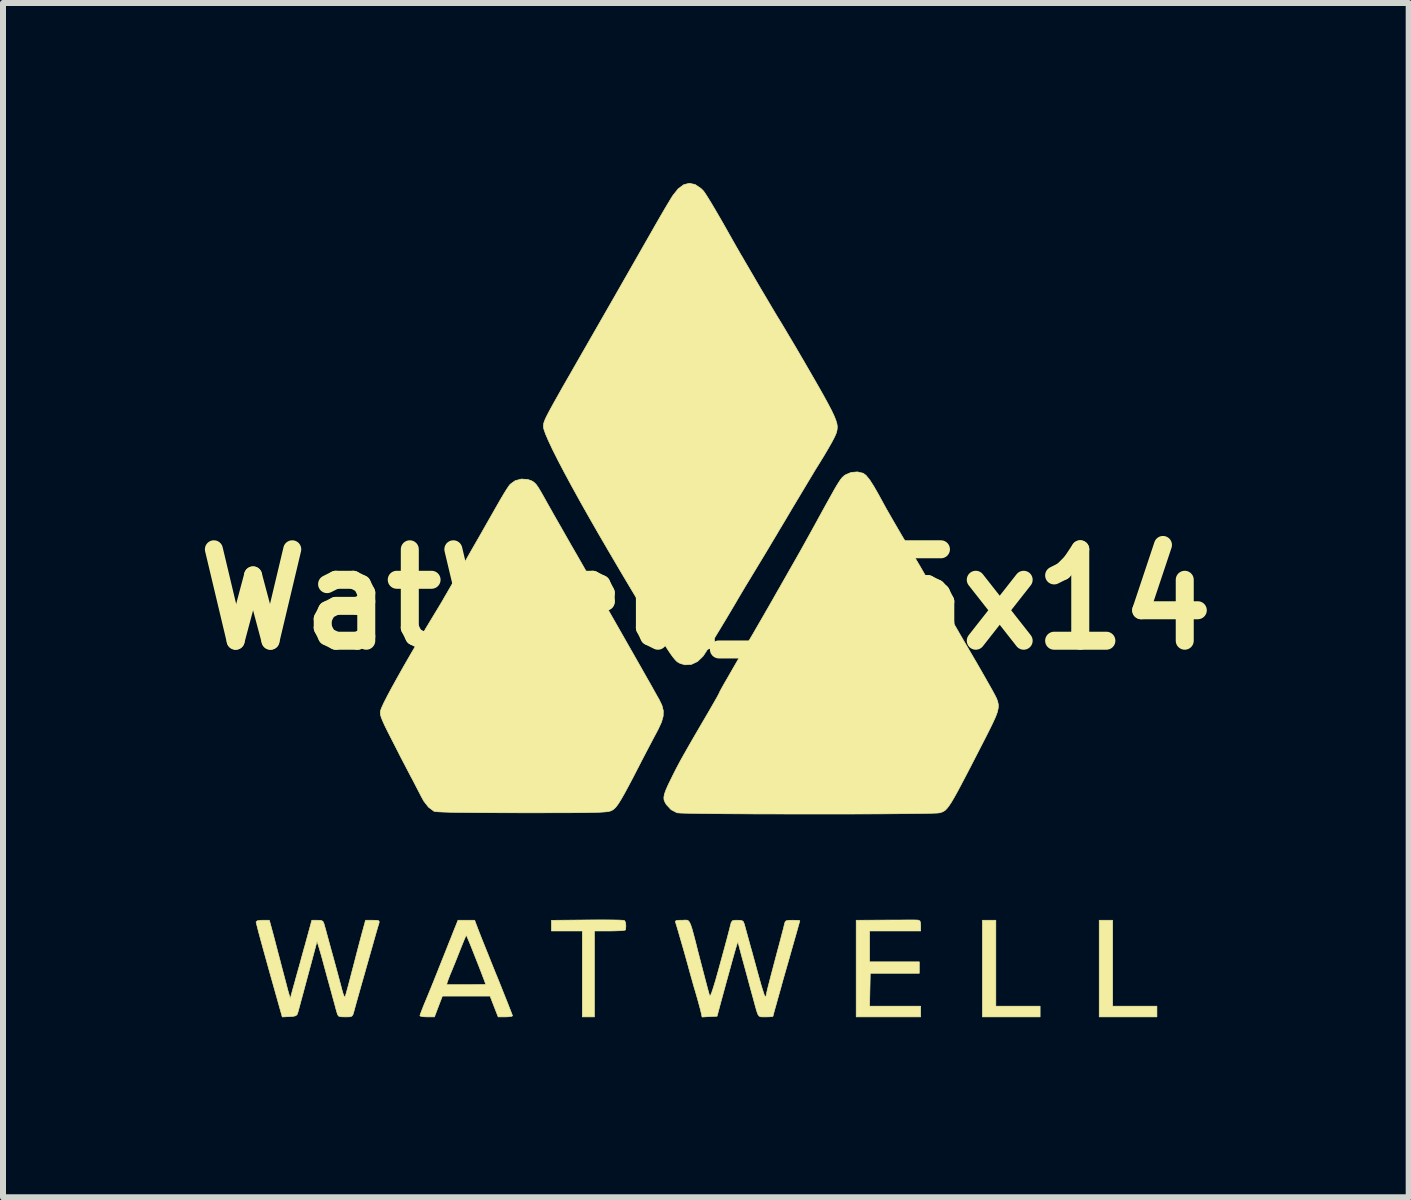
<source format=kicad_pcb>
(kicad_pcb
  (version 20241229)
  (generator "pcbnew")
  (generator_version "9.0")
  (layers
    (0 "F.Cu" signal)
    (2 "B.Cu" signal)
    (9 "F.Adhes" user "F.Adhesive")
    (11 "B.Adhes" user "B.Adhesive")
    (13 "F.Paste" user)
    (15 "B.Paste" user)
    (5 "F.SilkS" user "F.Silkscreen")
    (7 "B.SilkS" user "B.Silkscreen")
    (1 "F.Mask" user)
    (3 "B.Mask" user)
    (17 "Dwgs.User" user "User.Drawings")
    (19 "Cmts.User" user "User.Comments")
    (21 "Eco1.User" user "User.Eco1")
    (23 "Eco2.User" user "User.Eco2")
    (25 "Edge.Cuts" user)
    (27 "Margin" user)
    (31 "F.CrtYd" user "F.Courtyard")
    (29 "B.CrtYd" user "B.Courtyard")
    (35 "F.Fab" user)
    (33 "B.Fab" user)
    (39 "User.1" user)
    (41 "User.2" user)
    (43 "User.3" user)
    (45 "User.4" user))
  (footprint "WatWell_15x14"
    (layer "F.Cu")
    (at 8.716 6.941)
    (property "Reference" "WatWell_15x14" (at 0 0 0) (layer "F.SilkS") (effects (font (size 1.524 1.524) (thickness 0.3))))
    (attr through_hole)
    (fp_poly (pts (xy 4.834 6.781) (xy 5.572 6.781) (xy 5.572 6.96) (xy 4.61 6.96) (xy 4.61 5.349) (xy 4.834 5.349) (xy 4.834 6.781)) (stroke (width 0.01) (type solid)) (fill yes) (layer "F.SilkS"))
    (fp_poly (pts (xy 6.781 6.781) (xy 7.519 6.781) (xy 7.519 6.96) (xy 6.557 6.96) (xy 6.557 5.349) (xy 6.781 5.349) (xy 6.781 6.781)) (stroke (width 0.01) (type solid)) (fill yes) (layer "F.SilkS"))
    (fp_poly (pts (xy -1.674 5.343) (xy -1.549 5.344) (xy -1.45 5.346) (xy -1.384 5.349) (xy -1.357 5.353) (xy -1.338 5.386) (xy -1.333 5.449) (xy -1.34 5.511) (xy -1.362 5.517) (xy -1.42 5.523) (xy -1.505 5.526) (xy -1.6 5.528) (xy -1.857 5.528) (xy -1.857 6.96) (xy -2.059 6.96) (xy -2.059 5.528) (xy -2.574 5.528) (xy -2.574 5.35) (xy -1.979 5.344) (xy -1.819 5.343) (xy -1.674 5.343)) (stroke (width 0.01) (type solid)) (fill yes) (layer "F.SilkS"))
    (fp_poly (pts (xy 3.535 5.346) (xy 3.568 5.359) (xy 3.579 5.394) (xy 3.581 5.438) (xy 3.581 5.528) (xy 2.73 5.528) (xy 2.73 6.042) (xy 3.558 6.042) (xy 3.558 6.233) (xy 2.741 6.233) (xy 2.735 6.507) (xy 2.729 6.781) (xy 3.581 6.781) (xy 3.581 6.96) (xy 2.506 6.96) (xy 2.506 5.349) (xy 2.965 5.346) (xy 3.107 5.345) (xy 3.235 5.345) (xy 3.342 5.344) (xy 3.421 5.344) (xy 3.465 5.344) (xy 3.469 5.344) (xy 3.535 5.346)) (stroke (width 0.01) (type solid)) (fill yes) (layer "F.SilkS"))
    (fp_poly (pts (xy -3.797 5.5) (xy -3.774 5.559) (xy -3.737 5.653) (xy -3.688 5.775) (xy -3.63 5.919) (xy -3.567 6.077) (xy -3.5 6.243) (xy -3.481 6.288) (xy -3.417 6.447) (xy -3.359 6.593) (xy -3.308 6.72) (xy -3.268 6.823) (xy -3.239 6.897) (xy -3.224 6.937) (xy -3.223 6.943) (xy -3.243 6.952) (xy -3.295 6.958) (xy -3.342 6.96) (xy -3.462 6.96) (xy -3.53 6.786) (xy -3.597 6.613) (xy -4.392 6.613) (xy -4.458 6.786) (xy -4.524 6.96) (xy -4.646 6.96) (xy -4.712 6.957) (xy -4.756 6.948) (xy -4.767 6.94) (xy -4.758 6.912) (xy -4.736 6.853) (xy -4.704 6.771) (xy -4.674 6.699) (xy -4.631 6.595) (xy -4.577 6.464) (xy -4.56 6.423) (xy -4.322 6.423) (xy -3.996 6.423) (xy -3.881 6.422) (xy -3.784 6.421) (xy -3.712 6.42) (xy -3.674 6.418) (xy -3.67 6.417) (xy -3.678 6.392) (xy -3.7 6.333) (xy -3.732 6.249) (xy -3.771 6.147) (xy -3.815 6.036) (xy -3.86 5.922) (xy -3.902 5.815) (xy -3.94 5.721) (xy -3.97 5.65) (xy -3.988 5.608) (xy -3.992 5.601) (xy -4.003 5.617) (xy -4.025 5.667) (xy -4.056 5.743) (xy -4.084 5.813) (xy -4.128 5.924) (xy -4.174 6.04) (xy -4.215 6.14) (xy -4.23 6.177) (xy -4.264 6.258) (xy -4.291 6.328) (xy -4.307 6.372) (xy -4.322 6.423) (xy -4.56 6.423) (xy -4.52 6.322) (xy -4.464 6.183) (xy -4.453 6.154) (xy -4.398 6.016) (xy -4.339 5.869) (xy -4.283 5.727) (xy -4.235 5.608) (xy -4.228 5.589) (xy -4.132 5.349) (xy -3.854 5.349) (xy -3.797 5.5)) (stroke (width 0.01) (type solid)) (fill yes) (layer "F.SilkS"))
    (fp_poly (pts (xy -2.97 -1.999) (xy -2.958 -1.995) (xy -2.908 -1.978) (xy -2.868 -1.954) (xy -2.83 -1.918) (xy -2.79 -1.861) (xy -2.74 -1.777) (xy -2.691 -1.69) (xy -2.654 -1.623) (xy -2.598 -1.524) (xy -2.527 -1.398) (xy -2.443 -1.251) (xy -2.35 -1.088) (xy -2.252 -0.916) (xy -2.156 -0.75) (xy -2.06 -0.582) (xy -1.952 -0.393) (xy -1.834 -0.187) (xy -1.711 0.029) (xy -1.584 0.252) (xy -1.456 0.476) (xy -1.331 0.696) (xy -1.21 0.908) (xy -1.098 1.105) (xy -0.996 1.285) (xy -0.908 1.44) (xy -0.837 1.567) (xy -0.784 1.661) (xy -0.781 1.665) (xy -0.732 1.766) (xy -0.709 1.856) (xy -0.711 1.946) (xy -0.739 2.046) (xy -0.795 2.167) (xy -0.815 2.205) (xy -0.861 2.291) (xy -0.922 2.407) (xy -0.992 2.54) (xy -1.065 2.68) (xy -1.125 2.797) (xy -1.221 2.983) (xy -1.3 3.132) (xy -1.364 3.25) (xy -1.416 3.34) (xy -1.458 3.407) (xy -1.493 3.455) (xy -1.524 3.488) (xy -1.553 3.51) (xy -1.575 3.522) (xy -1.594 3.529) (xy -1.621 3.536) (xy -1.658 3.541) (xy -1.709 3.545) (xy -1.777 3.549) (xy -1.865 3.552) (xy -1.978 3.554) (xy -2.118 3.556) (xy -2.289 3.557) (xy -2.494 3.557) (xy -2.737 3.558) (xy -3.02 3.558) (xy -3.069 3.558) (xy -3.393 3.557) (xy -3.673 3.556) (xy -3.91 3.554) (xy -4.108 3.552) (xy -4.266 3.549) (xy -4.386 3.545) (xy -4.47 3.541) (xy -4.519 3.536) (xy -4.532 3.532) (xy -4.623 3.464) (xy -4.701 3.364) (xy -4.742 3.29) (xy -4.78 3.216) (xy -4.831 3.118) (xy -4.886 3.011) (xy -4.917 2.954) (xy -4.964 2.864) (xy -5.026 2.745) (xy -5.097 2.609) (xy -5.17 2.465) (xy -5.234 2.34) (xy -5.305 2.201) (xy -5.357 2.095) (xy -5.392 2.016) (xy -5.414 1.959) (xy -5.425 1.916) (xy -5.427 1.882) (xy -5.424 1.859) (xy -5.407 1.81) (xy -5.369 1.727) (xy -5.311 1.613) (xy -5.235 1.471) (xy -5.143 1.305) (xy -5.038 1.118) (xy -4.921 0.915) (xy -4.794 0.698) (xy -4.66 0.47) (xy -4.519 0.237) (xy -4.43 0.09) (xy -4.404 0.047) (xy -4.359 -0.032) (xy -4.295 -0.142) (xy -4.215 -0.281) (xy -4.121 -0.444) (xy -4.015 -0.629) (xy -3.899 -0.833) (xy -3.774 -1.05) (xy -3.644 -1.279) (xy -3.509 -1.516) (xy -3.429 -1.656) (xy -3.374 -1.749) (xy -3.323 -1.832) (xy -3.281 -1.894) (xy -3.261 -1.919) (xy -3.179 -1.978) (xy -3.076 -2.006) (xy -2.97 -1.999)) (stroke (width 0.01) (type solid)) (fill yes) (layer "F.SilkS"))
    (fp_poly (pts (xy -7.244 5.466) (xy -7.228 5.524) (xy -7.203 5.617) (xy -7.172 5.735) (xy -7.137 5.87) (xy -7.099 6.013) (xy -7.095 6.031) (xy -7.058 6.172) (xy -7.023 6.304) (xy -6.993 6.418) (xy -6.97 6.506) (xy -6.955 6.561) (xy -6.953 6.566) (xy -6.928 6.654) (xy -6.901 6.555) (xy -6.878 6.47) (xy -6.851 6.376) (xy -6.843 6.344) (xy -6.827 6.288) (xy -6.802 6.197) (xy -6.769 6.081) (xy -6.733 5.948) (xy -6.694 5.806) (xy -6.689 5.791) (xy -6.568 5.349) (xy -6.474 5.349) (xy -6.415 5.351) (xy -6.383 5.367) (xy -6.365 5.407) (xy -6.355 5.444) (xy -6.339 5.499) (xy -6.315 5.588) (xy -6.285 5.698) (xy -6.252 5.819) (xy -6.24 5.863) (xy -6.202 6) (xy -6.163 6.143) (xy -6.127 6.277) (xy -6.098 6.386) (xy -6.094 6.4) (xy -6.066 6.507) (xy -6.046 6.575) (xy -6.031 6.613) (xy -6.021 6.627) (xy -6.012 6.622) (xy -6.005 6.599) (xy -5.988 6.538) (xy -5.963 6.448) (xy -5.933 6.334) (xy -5.899 6.202) (xy -5.889 6.165) (xy -5.85 6.016) (xy -5.812 5.868) (xy -5.776 5.731) (xy -5.746 5.617) (xy -5.724 5.535) (xy -5.723 5.533) (xy -5.673 5.349) (xy -5.554 5.349) (xy -5.485 5.35) (xy -5.452 5.358) (xy -5.444 5.376) (xy -5.446 5.388) (xy -5.474 5.481) (xy -5.51 5.606) (xy -5.552 5.755) (xy -5.599 5.92) (xy -5.648 6.093) (xy -5.697 6.267) (xy -5.745 6.434) (xy -5.788 6.587) (xy -5.825 6.718) (xy -5.853 6.82) (xy -5.868 6.876) (xy -5.883 6.924) (xy -5.903 6.949) (xy -5.942 6.959) (xy -6.011 6.96) (xy -6.08 6.958) (xy -6.118 6.949) (xy -6.138 6.924) (xy -6.153 6.876) (xy -6.169 6.819) (xy -6.192 6.732) (xy -6.221 6.629) (xy -6.24 6.557) (xy -6.276 6.427) (xy -6.316 6.282) (xy -6.353 6.145) (xy -6.366 6.098) (xy -6.394 5.993) (xy -6.422 5.894) (xy -6.445 5.816) (xy -6.454 5.787) (xy -6.481 5.699) (xy -6.564 6.01) (xy -6.602 6.151) (xy -6.643 6.302) (xy -6.682 6.448) (xy -6.714 6.568) (xy -6.714 6.568) (xy -6.743 6.674) (xy -6.769 6.771) (xy -6.789 6.845) (xy -6.799 6.881) (xy -6.813 6.92) (xy -6.836 6.941) (xy -6.881 6.951) (xy -6.939 6.955) (xy -7.061 6.961) (xy -7.28 6.183) (xy -7.33 6.003) (xy -7.376 5.837) (xy -7.417 5.688) (xy -7.451 5.563) (xy -7.476 5.466) (xy -7.492 5.402) (xy -7.498 5.377) (xy -7.475 5.357) (xy -7.411 5.349) (xy -7.387 5.349) (xy -7.276 5.349) (xy -7.244 5.466)) (stroke (width 0.01) (type solid)) (fill yes) (layer "F.SilkS"))
    (fp_poly (pts (xy -0.18 -6.916) (xy -0.083 -6.851) (xy -0.042 -6.811) (xy -0.015 -6.774) (xy 0.03 -6.704) (xy 0.09 -6.607) (xy 0.159 -6.49) (xy 0.235 -6.359) (xy 0.289 -6.266) (xy 0.365 -6.131) (xy 0.434 -6.009) (xy 0.494 -5.903) (xy 0.541 -5.821) (xy 0.571 -5.768) (xy 0.581 -5.751) (xy 0.599 -5.722) (xy 0.634 -5.661) (xy 0.685 -5.574) (xy 0.747 -5.468) (xy 0.816 -5.35) (xy 0.823 -5.337) (xy 0.909 -5.19) (xy 1.004 -5.03) (xy 1.099 -4.869) (xy 1.186 -4.723) (xy 1.235 -4.644) (xy 1.315 -4.511) (xy 1.407 -4.356) (xy 1.504 -4.193) (xy 1.594 -4.038) (xy 1.633 -3.972) (xy 1.764 -3.745) (xy 1.874 -3.554) (xy 1.965 -3.393) (xy 2.037 -3.261) (xy 2.094 -3.152) (xy 2.136 -3.064) (xy 2.165 -2.993) (xy 2.183 -2.936) (xy 2.191 -2.888) (xy 2.19 -2.846) (xy 2.184 -2.807) (xy 2.172 -2.767) (xy 2.171 -2.764) (xy 2.147 -2.709) (xy 2.102 -2.623) (xy 2.039 -2.512) (xy 1.962 -2.382) (xy 1.874 -2.239) (xy 1.831 -2.171) (xy 1.809 -2.134) (xy 1.766 -2.062) (xy 1.705 -1.961) (xy 1.629 -1.834) (xy 1.54 -1.685) (xy 1.44 -1.519) (xy 1.334 -1.339) (xy 1.221 -1.151) (xy 1.173 -1.069) (xy 1.115 -0.973) (xy 1.042 -0.85) (xy 0.959 -0.712) (xy 0.873 -0.57) (xy 0.806 -0.459) (xy 0.732 -0.337) (xy 0.664 -0.225) (xy 0.606 -0.128) (xy 0.563 -0.055) (xy 0.538 -0.013) (xy 0.537 -0.011) (xy 0.481 0.085) (xy 0.413 0.199) (xy 0.339 0.324) (xy 0.261 0.453) (xy 0.184 0.58) (xy 0.112 0.698) (xy 0.048 0.801) (xy -0.003 0.882) (xy -0.037 0.934) (xy -0.047 0.948) (xy -0.138 1.036) (xy -0.24 1.084) (xy -0.347 1.091) (xy -0.428 1.068) (xy -0.449 1.057) (xy -0.47 1.045) (xy -0.492 1.027) (xy -0.516 1.001) (xy -0.545 0.966) (xy -0.581 0.917) (xy -0.624 0.854) (xy -0.677 0.772) (xy -0.741 0.669) (xy -0.818 0.543) (xy -0.909 0.392) (xy -1.017 0.212) (xy -1.143 0.001) (xy -1.289 -0.243) (xy -1.437 -0.492) (xy -1.619 -0.802) (xy -1.792 -1.099) (xy -1.954 -1.382) (xy -2.104 -1.648) (xy -2.24 -1.895) (xy -2.362 -2.121) (xy -2.467 -2.322) (xy -2.555 -2.497) (xy -2.624 -2.644) (xy -2.673 -2.758) (xy -2.701 -2.839) (xy -2.707 -2.876) (xy -2.707 -2.896) (xy -2.706 -2.916) (xy -2.702 -2.938) (xy -2.693 -2.965) (xy -2.679 -3) (xy -2.658 -3.046) (xy -2.627 -3.106) (xy -2.587 -3.181) (xy -2.534 -3.277) (xy -2.468 -3.394) (xy -2.388 -3.537) (xy -2.29 -3.707) (xy -2.175 -3.908) (xy -2.04 -4.144) (xy -1.92 -4.353) (xy -1.544 -5.009) (xy -1.175 -5.655) (xy -0.922 -6.098) (xy -0.84 -6.242) (xy -0.76 -6.381) (xy -0.686 -6.508) (xy -0.622 -6.615) (xy -0.573 -6.696) (xy -0.552 -6.73) (xy -0.462 -6.843) (xy -0.37 -6.912) (xy -0.276 -6.936) (xy -0.18 -6.916)) (stroke (width 0.01) (type solid)) (fill yes) (layer "F.SilkS"))
    (fp_poly (pts (xy -0.308 5.349) (xy -0.288 5.361) (xy -0.27 5.386) (xy -0.251 5.429) (xy -0.23 5.493) (xy -0.205 5.584) (xy -0.173 5.705) (xy -0.134 5.861) (xy -0.09 6.031) (xy -0.051 6.181) (xy -0.015 6.319) (xy 0.016 6.437) (xy 0.041 6.53) (xy 0.058 6.59) (xy 0.064 6.61) (xy 0.075 6.606) (xy 0.095 6.561) (xy 0.124 6.475) (xy 0.163 6.347) (xy 0.211 6.176) (xy 0.233 6.096) (xy 0.276 5.939) (xy 0.316 5.792) (xy 0.351 5.662) (xy 0.379 5.555) (xy 0.399 5.478) (xy 0.407 5.444) (xy 0.423 5.385) (xy 0.444 5.357) (xy 0.486 5.349) (xy 0.527 5.349) (xy 0.588 5.351) (xy 0.621 5.366) (xy 0.639 5.406) (xy 0.65 5.444) (xy 0.667 5.507) (xy 0.692 5.598) (xy 0.721 5.703) (xy 0.737 5.763) (xy 0.768 5.871) (xy 0.805 6.007) (xy 0.845 6.153) (xy 0.883 6.292) (xy 0.887 6.305) (xy 0.918 6.417) (xy 0.947 6.512) (xy 0.97 6.582) (xy 0.986 6.62) (xy 0.99 6.624) (xy 1.005 6.606) (xy 1.007 6.592) (xy 1.013 6.562) (xy 1.028 6.495) (xy 1.053 6.397) (xy 1.084 6.276) (xy 1.121 6.136) (xy 1.15 6.026) (xy 1.19 5.875) (xy 1.228 5.734) (xy 1.26 5.611) (xy 1.286 5.512) (xy 1.303 5.445) (xy 1.308 5.421) (xy 1.32 5.379) (xy 1.339 5.358) (xy 1.378 5.35) (xy 1.445 5.349) (xy 1.512 5.35) (xy 1.556 5.353) (xy 1.567 5.356) (xy 1.561 5.379) (xy 1.544 5.439) (xy 1.519 5.528) (xy 1.487 5.641) (xy 1.45 5.77) (xy 1.442 5.798) (xy 1.39 5.982) (xy 1.338 6.164) (xy 1.288 6.338) (xy 1.243 6.501) (xy 1.202 6.646) (xy 1.168 6.769) (xy 1.141 6.864) (xy 1.125 6.926) (xy 1.119 6.95) (xy 1.099 6.956) (xy 1.047 6.959) (xy 0.998 6.96) (xy 0.947 6.96) (xy 0.911 6.958) (xy 0.886 6.945) (xy 0.866 6.915) (xy 0.847 6.861) (xy 0.823 6.777) (xy 0.797 6.68) (xy 0.733 6.447) (xy 0.681 6.254) (xy 0.638 6.096) (xy 0.604 5.972) (xy 0.578 5.876) (xy 0.56 5.806) (xy 0.547 5.758) (xy 0.539 5.728) (xy 0.536 5.713) (xy 0.536 5.711) (xy 0.531 5.715) (xy 0.52 5.746) (xy 0.501 5.808) (xy 0.474 5.901) (xy 0.438 6.029) (xy 0.393 6.193) (xy 0.337 6.395) (xy 0.271 6.638) (xy 0.25 6.714) (xy 0.187 6.949) (xy 0.062 6.955) (xy -0.063 6.962) (xy -0.079 6.888) (xy -0.091 6.837) (xy -0.113 6.756) (xy -0.141 6.654) (xy -0.169 6.557) (xy -0.203 6.442) (xy -0.235 6.328) (xy -0.262 6.232) (xy -0.277 6.177) (xy -0.3 6.093) (xy -0.329 5.989) (xy -0.362 5.871) (xy -0.397 5.75) (xy -0.431 5.633) (xy -0.461 5.529) (xy -0.485 5.448) (xy -0.501 5.397) (xy -0.504 5.388) (xy -0.508 5.365) (xy -0.49 5.353) (xy -0.441 5.349) (xy -0.396 5.349) (xy -0.36 5.347) (xy -0.331 5.346) (xy -0.308 5.349)) (stroke (width 0.01) (type solid)) (fill yes) (layer "F.SilkS"))
    (fp_poly (pts (xy 2.624 -2.102) (xy 2.671 -2.066) (xy 2.73 -1.994) (xy 2.8 -1.885) (xy 2.885 -1.736) (xy 2.91 -1.69) (xy 3.005 -1.516) (xy 3.125 -1.307) (xy 3.267 -1.063) (xy 3.387 -0.862) (xy 3.449 -0.757) (xy 3.511 -0.653) (xy 3.564 -0.563) (xy 3.592 -0.515) (xy 3.628 -0.452) (xy 3.682 -0.361) (xy 3.746 -0.251) (xy 3.816 -0.134) (xy 3.849 -0.078) (xy 3.929 0.057) (xy 4.016 0.205) (xy 4.102 0.352) (xy 4.177 0.479) (xy 4.191 0.504) (xy 4.251 0.608) (xy 4.307 0.704) (xy 4.353 0.782) (xy 4.383 0.833) (xy 4.386 0.839) (xy 4.51 1.051) (xy 4.616 1.235) (xy 4.704 1.39) (xy 4.773 1.512) (xy 4.82 1.599) (xy 4.846 1.651) (xy 4.847 1.653) (xy 4.866 1.706) (xy 4.876 1.757) (xy 4.874 1.812) (xy 4.86 1.877) (xy 4.83 1.958) (xy 4.783 2.061) (xy 4.718 2.193) (xy 4.658 2.312) (xy 4.53 2.561) (xy 4.421 2.773) (xy 4.328 2.952) (xy 4.25 3.1) (xy 4.186 3.22) (xy 4.132 3.316) (xy 4.088 3.39) (xy 4.051 3.445) (xy 4.019 3.486) (xy 3.992 3.514) (xy 3.966 3.532) (xy 3.94 3.544) (xy 3.912 3.554) (xy 3.895 3.558) (xy 3.861 3.562) (xy 3.785 3.565) (xy 3.673 3.568) (xy 3.527 3.57) (xy 3.352 3.572) (xy 3.151 3.574) (xy 2.928 3.576) (xy 2.688 3.577) (xy 2.433 3.578) (xy 2.168 3.578) (xy 1.897 3.578) (xy 1.623 3.578) (xy 1.35 3.578) (xy 1.082 3.577) (xy 0.823 3.577) (xy 0.576 3.575) (xy 0.346 3.574) (xy 0.137 3.572) (xy -0.049 3.57) (xy -0.206 3.567) (xy -0.332 3.565) (xy -0.423 3.562) (xy -0.473 3.558) (xy -0.482 3.557) (xy -0.579 3.506) (xy -0.659 3.42) (xy -0.682 3.38) (xy -0.697 3.343) (xy -0.7 3.302) (xy -0.691 3.249) (xy -0.667 3.18) (xy -0.626 3.087) (xy -0.566 2.965) (xy -0.537 2.906) (xy -0.499 2.831) (xy -0.461 2.759) (xy -0.421 2.684) (xy -0.375 2.602) (xy -0.32 2.505) (xy -0.255 2.391) (xy -0.175 2.253) (xy -0.077 2.085) (xy 0.019 1.921) (xy 0.084 1.809) (xy 0.141 1.71) (xy 0.186 1.631) (xy 0.214 1.578) (xy 0.224 1.559) (xy 0.234 1.535) (xy 0.263 1.482) (xy 0.304 1.408) (xy 0.332 1.36) (xy 0.391 1.258) (xy 0.461 1.136) (xy 0.532 1.013) (xy 0.568 0.951) (xy 0.621 0.859) (xy 0.667 0.779) (xy 0.701 0.72) (xy 0.716 0.694) (xy 0.74 0.653) (xy 0.783 0.58) (xy 0.838 0.484) (xy 0.903 0.372) (xy 0.973 0.251) (xy 1.043 0.129) (xy 1.109 0.014) (xy 1.166 -0.087) (xy 1.211 -0.166) (xy 1.219 -0.179) (xy 1.278 -0.283) (xy 1.341 -0.394) (xy 1.396 -0.491) (xy 1.41 -0.515) (xy 1.503 -0.678) (xy 1.596 -0.843) (xy 1.695 -1.021) (xy 1.805 -1.22) (xy 1.903 -1.399) (xy 1.998 -1.572) (xy 2.075 -1.71) (xy 2.135 -1.818) (xy 2.182 -1.899) (xy 2.22 -1.959) (xy 2.249 -2.002) (xy 2.274 -2.032) (xy 2.297 -2.054) (xy 2.32 -2.071) (xy 2.327 -2.076) (xy 2.421 -2.116) (xy 2.527 -2.125) (xy 2.624 -2.102)) (stroke (width 0.01) (type solid)) (fill yes) (layer "F.SilkS")))
  (gr_rect
    (start -3 -3)
    (end 20.432 16.908)
    (stroke (width 0.1) (type default))
    (fill no)
    (layer "Edge.Cuts")))
</source>
